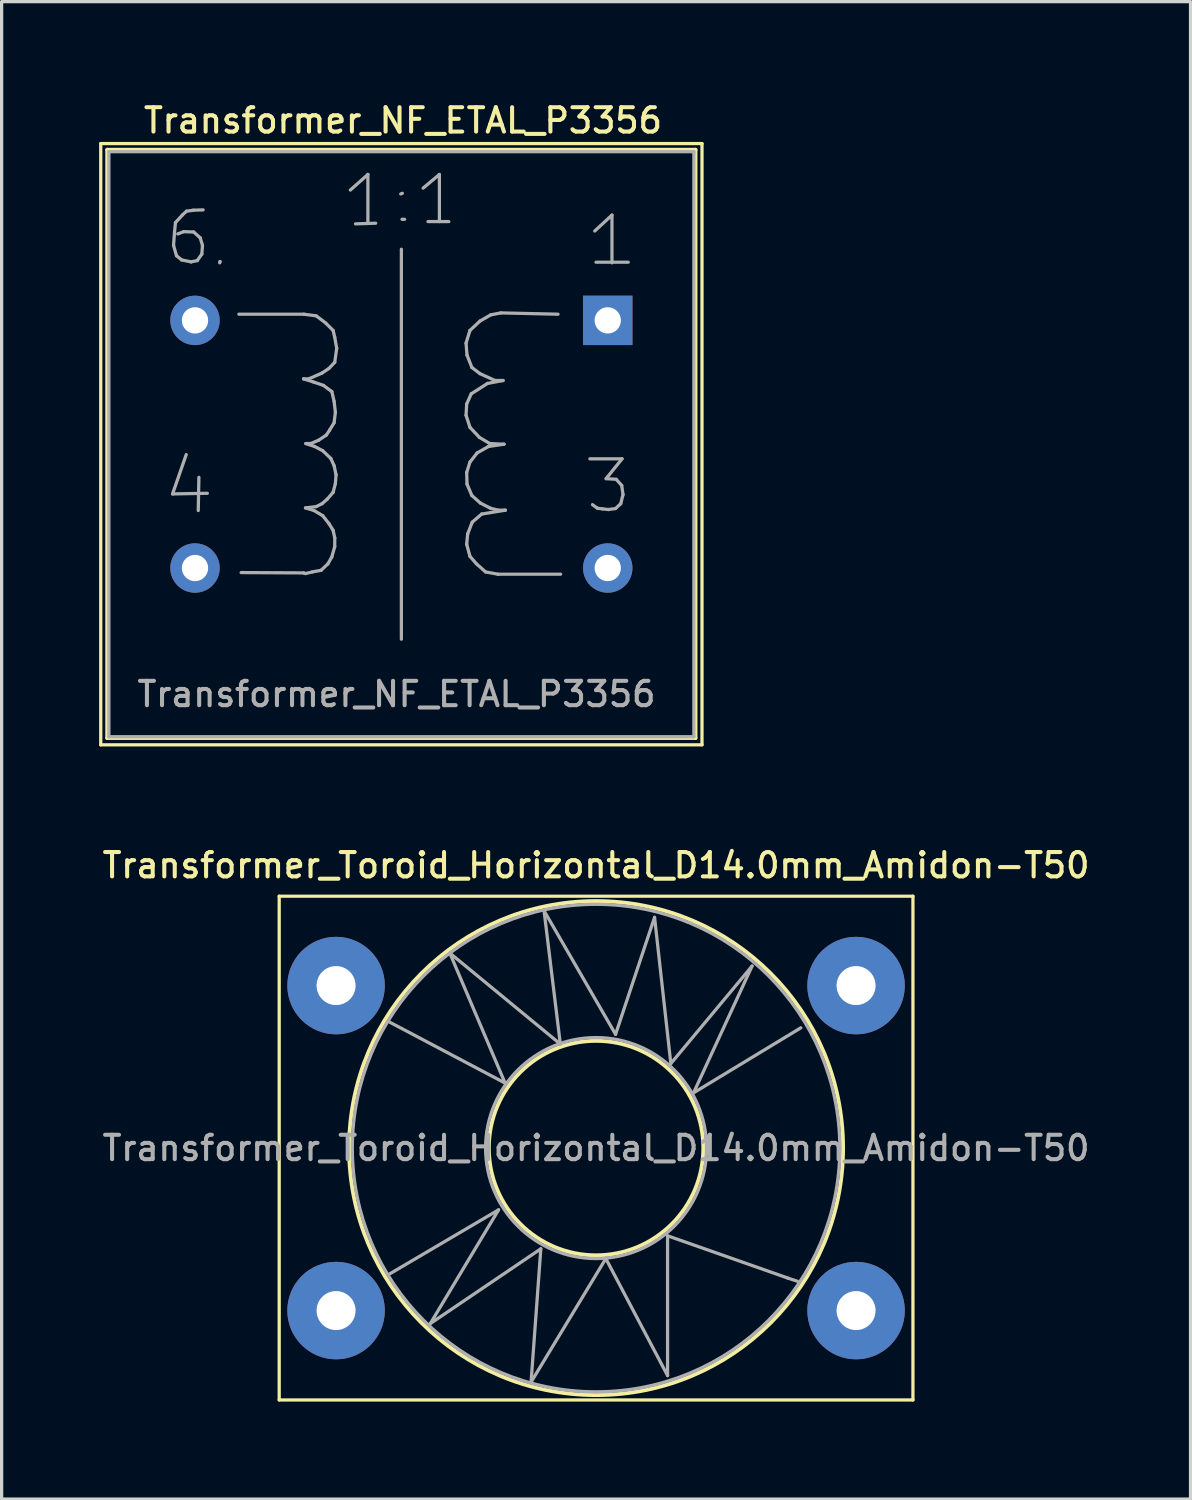
<source format=kicad_pcb>
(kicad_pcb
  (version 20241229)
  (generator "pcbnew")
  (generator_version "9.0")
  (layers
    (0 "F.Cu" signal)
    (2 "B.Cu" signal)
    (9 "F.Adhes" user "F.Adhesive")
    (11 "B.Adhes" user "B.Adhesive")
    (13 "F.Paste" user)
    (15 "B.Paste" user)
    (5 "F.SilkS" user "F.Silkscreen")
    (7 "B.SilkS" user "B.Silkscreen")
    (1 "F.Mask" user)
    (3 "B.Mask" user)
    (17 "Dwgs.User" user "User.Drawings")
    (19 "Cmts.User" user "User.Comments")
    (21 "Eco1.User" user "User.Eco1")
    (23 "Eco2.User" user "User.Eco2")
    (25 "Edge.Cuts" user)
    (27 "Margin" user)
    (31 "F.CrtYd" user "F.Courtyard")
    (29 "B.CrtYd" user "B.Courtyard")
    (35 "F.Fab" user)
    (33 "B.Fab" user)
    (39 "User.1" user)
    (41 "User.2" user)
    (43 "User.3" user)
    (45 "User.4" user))
  (footprint "Transformer_Toroid_Horizontal_D14.0mm_Amidon-T50"
    (layer "F.Cu")
    (at 7.291 37.276)
    (property "Reference" "Transformer_Toroid_Horizontal_D14.0mm_Amidon-T50" (at 8 -13.7 0) (layer "F.SilkS") (effects (font (size 0.75 0.75) (thickness 0.125))))
    (attr through_hole)
    (fp_line (start -1.75 -12.75) (end -1.75 2.75) (stroke (width 0.1) (type solid)) (layer "F.SilkS"))
    (fp_line (start -1.75 -12.75) (end 17.75 -12.75) (stroke (width 0.1) (type solid)) (layer "F.SilkS"))
    (fp_line (start 17.75 2.75) (end -1.75 2.75) (stroke (width 0.1) (type solid)) (layer "F.SilkS"))
    (fp_line (start 17.75 2.75) (end 17.75 -12.75) (stroke (width 0.1) (type solid)) (layer "F.SilkS"))
    (fp_circle (center 8 -5) (end 8 -12.6) (stroke (width 0.12) (type solid)) (fill no) (layer "F.SilkS"))
    (fp_circle (center 8 -5) (end 8 -8.3) (stroke (width 0.12) (type solid)) (fill no) (layer "F.SilkS"))
    (fp_line (start 1.6 -8.9) (end 5.2 -7) (stroke (width 0.1) (type solid)) (layer "F.Fab"))
    (fp_line (start 1.6 -1.1) (end 5 -3.1) (stroke (width 0.1) (type solid)) (layer "F.Fab"))
    (fp_line (start 2.9 0.4) (end 6.3 -1.9) (stroke (width 0.1) (type solid)) (layer "F.Fab"))
    (fp_line (start 3.5 -11) (end 6.9 -8.2) (stroke (width 0.1) (type solid)) (layer "F.Fab"))
    (fp_line (start 5 -3.1) (end 2.9 0.4) (stroke (width 0.1) (type solid)) (layer "F.Fab"))
    (fp_line (start 5.2 -7) (end 3.5 -11) (stroke (width 0.1) (type solid)) (layer "F.Fab"))
    (fp_line (start 6 2.2) (end 8.3 -1.6) (stroke (width 0.1) (type solid)) (layer "F.Fab"))
    (fp_line (start 6.3 -1.9) (end 6 2.2) (stroke (width 0.1) (type solid)) (layer "F.Fab"))
    (fp_line (start 6.4 -12.3) (end 8.6 -8.5) (stroke (width 0.1) (type solid)) (layer "F.Fab"))
    (fp_line (start 6.9 -8.2) (end 6.4 -12.3) (stroke (width 0.1) (type solid)) (layer "F.Fab"))
    (fp_line (start 8.3 -1.6) (end 10.2 2) (stroke (width 0.1) (type solid)) (layer "F.Fab"))
    (fp_line (start 8.6 -8.5) (end 9.8 -12.1) (stroke (width 0.1) (type solid)) (layer "F.Fab"))
    (fp_line (start 9.8 -12.1) (end 10.3 -7.6) (stroke (width 0.1) (type solid)) (layer "F.Fab"))
    (fp_line (start 10.2 -2.3) (end 13.9 -1) (stroke (width 0.1) (type solid)) (layer "F.Fab"))
    (fp_line (start 10.2 2) (end 10.2 -2.3) (stroke (width 0.1) (type solid)) (layer "F.Fab"))
    (fp_line (start 10.3 -7.6) (end 12.8 -10.6) (stroke (width 0.1) (type solid)) (layer "F.Fab"))
    (fp_line (start 11 -6.7) (end 14.3 -8.7) (stroke (width 0.1) (type solid)) (layer "F.Fab"))
    (fp_line (start 12.8 -10.6) (end 11 -6.7) (stroke (width 0.1) (type solid)) (layer "F.Fab"))
    (fp_line (start 13.9 -1) (end 14.2 -0.9) (stroke (width 0.1) (type solid)) (layer "F.Fab"))
    (fp_circle (center 8 -5) (end 11.4 -5) (stroke (width 0.1) (type solid)) (fill no) (layer "F.Fab"))
    (fp_circle (center 8 -5) (end 15.5 -5) (stroke (width 0.1) (type solid)) (fill no) (layer "F.Fab"))
    (fp_text user "${REFERENCE}" (at 8 -5 0) (layer "F.Fab") (effects (font (size 0.75 0.75) (thickness 0.125))))
    (pad "1" thru_hole circle (at 0 0) (size 3 3) (drill 1.2) (layers "*.Cu" "*.Mask"))
    (pad "2" thru_hole circle (at 16 0) (size 3 3) (drill 1.2) (layers "*.Cu" "*.Mask"))
    (pad "3" thru_hole circle (at 0 -10) (size 3 3) (drill 1.2) (layers "*.Cu" "*.Mask"))
    (pad "4" thru_hole circle (at 16 -10) (size 3 3) (drill 1.2) (layers "*.Cu" "*.Mask")))
  (footprint "Transformer_NF_ETAL_P3356"
    (layer "F.Cu")
    (at 15.65 6.808)
    (property "Reference" "Transformer_NF_ETAL_P3356" (at -6.3 -6.15 0) (layer "F.SilkS") (effects (font (size 0.75 0.75) (thickness 0.125))))
    (attr through_hole)
    (fp_line (start -15.6 -5.44) (end -15.6 13.06) (stroke (width 0.1) (type solid)) (layer "F.SilkS"))
    (fp_line (start -15.6 -5.44) (end 2.9 -5.44) (stroke (width 0.1) (type solid)) (layer "F.SilkS"))
    (fp_line (start -15.4 -5.25) (end 2.7 -5.25) (stroke (width 0.12) (type solid)) (layer "F.SilkS"))
    (fp_line (start -15.4 12.85) (end -15.4 -5.25) (stroke (width 0.12) (type solid)) (layer "F.SilkS"))
    (fp_line (start 2.7 -5.25) (end 2.7 12.85) (stroke (width 0.12) (type solid)) (layer "F.SilkS"))
    (fp_line (start 2.7 12.85) (end -15.4 12.85) (stroke (width 0.12) (type solid)) (layer "F.SilkS"))
    (fp_line (start 2.9 13.06) (end -15.6 13.06) (stroke (width 0.1) (type solid)) (layer "F.SilkS"))
    (fp_line (start 2.9 13.06) (end 2.9 -5.44) (stroke (width 0.1) (type solid)) (layer "F.SilkS"))
    (fp_line (start -15.35 -5.19) (end -15.35 12.81) (stroke (width 0.1) (type solid)) (layer "F.Fab"))
    (fp_line (start -15.35 12.81) (end 2.65 12.81) (stroke (width 0.1) (type solid)) (layer "F.Fab"))
    (fp_line (start -13.39 5.34) (end -12.32 5.32) (stroke (width 0.1) (type solid)) (layer "F.Fab"))
    (fp_line (start -13.36 -2.31) (end -13.27 -1.99) (stroke (width 0.1) (type solid)) (layer "F.Fab"))
    (fp_line (start -13.33 -2.72) (end -13.36 -2.31) (stroke (width 0.1) (type solid)) (layer "F.Fab"))
    (fp_line (start -13.3 -3.01) (end -13.33 -2.72) (stroke (width 0.1) (type solid)) (layer "F.Fab"))
    (fp_line (start -13.27 -1.99) (end -13.11 -1.86) (stroke (width 0.1) (type solid)) (layer "F.Fab"))
    (fp_line (start -13.11 -1.86) (end -12.82 -1.8) (stroke (width 0.1) (type solid)) (layer "F.Fab"))
    (fp_line (start -13.09 -3.24) (end -13.3 -3.01) (stroke (width 0.1) (type solid)) (layer "F.Fab"))
    (fp_line (start -13.05 -2.73) (end -13.23 -2.66) (stroke (width 0.1) (type solid)) (layer "F.Fab"))
    (fp_line (start -12.97 4.13) (end -13.39 5.34) (stroke (width 0.1) (type solid)) (layer "F.Fab"))
    (fp_line (start -12.96 -3.36) (end -13.09 -3.24) (stroke (width 0.1) (type solid)) (layer "F.Fab"))
    (fp_line (start -12.82 -1.8) (end -12.63 -1.84) (stroke (width 0.1) (type solid)) (layer "F.Fab"))
    (fp_line (start -12.75 -3.39) (end -12.96 -3.36) (stroke (width 0.1) (type solid)) (layer "F.Fab"))
    (fp_line (start -12.74 -2.72) (end -13.05 -2.73) (stroke (width 0.1) (type solid)) (layer "F.Fab"))
    (fp_line (start -12.63 -1.84) (end -12.49 -2.04) (stroke (width 0.1) (type solid)) (layer "F.Fab"))
    (fp_line (start -12.58 4.83) (end -12.6 5.85) (stroke (width 0.1) (type solid)) (layer "F.Fab"))
    (fp_line (start -12.54 -2.54) (end -12.74 -2.72) (stroke (width 0.1) (type solid)) (layer "F.Fab"))
    (fp_line (start -12.49 -2.04) (end -12.47 -2.31) (stroke (width 0.1) (type solid)) (layer "F.Fab"))
    (fp_line (start -12.47 -2.31) (end -12.54 -2.54) (stroke (width 0.1) (type solid)) (layer "F.Fab"))
    (fp_line (start -12.45 -3.4) (end -12.75 -3.39) (stroke (width 0.1) (type solid)) (layer "F.Fab"))
    (fp_line (start -11.94 -1.77) (end -11.93 -1.81) (stroke (width 0.1) (type solid)) (layer "F.Fab"))
    (fp_line (start -11.93 -1.81) (end -11.93 -1.8) (stroke (width 0.1) (type solid)) (layer "F.Fab"))
    (fp_line (start -11.35 -0.19) (end -9.35 -0.19) (stroke (width 0.1) (type solid)) (layer "F.Fab"))
    (fp_line (start -9.36 1.8) (end -9.07 1.89) (stroke (width 0.1) (type solid)) (layer "F.Fab"))
    (fp_line (start -9.36 7.77) (end -11.28 7.76) (stroke (width 0.1) (type solid)) (layer "F.Fab"))
    (fp_line (start -9.35 -0.19) (end -8.97 -0.14) (stroke (width 0.1) (type solid)) (layer "F.Fab"))
    (fp_line (start -9.3 5.77) (end -9.04 5.85) (stroke (width 0.1) (type solid)) (layer "F.Fab"))
    (fp_line (start -9.3 7.79) (end -9.36 7.77) (stroke (width 0.1) (type solid)) (layer "F.Fab"))
    (fp_line (start -9.29 3.79) (end -9.02 3.88) (stroke (width 0.1) (type solid)) (layer "F.Fab"))
    (fp_line (start -9.2 1.8) (end -9.36 1.8) (stroke (width 0.1) (type solid)) (layer "F.Fab"))
    (fp_line (start -9.14 3.79) (end -9.29 3.79) (stroke (width 0.1) (type solid)) (layer "F.Fab"))
    (fp_line (start -9.09 7.74) (end -9.3 7.79) (stroke (width 0.1) (type solid)) (layer "F.Fab"))
    (fp_line (start -9.07 1.89) (end -8.75 2) (stroke (width 0.1) (type solid)) (layer "F.Fab"))
    (fp_line (start -9.04 5.85) (end -8.77 6.01) (stroke (width 0.1) (type solid)) (layer "F.Fab"))
    (fp_line (start -9.02 3.88) (end -8.77 4.01) (stroke (width 0.1) (type solid)) (layer "F.Fab"))
    (fp_line (start -8.97 -0.14) (end -8.68 0.08) (stroke (width 0.1) (type solid)) (layer "F.Fab"))
    (fp_line (start -8.97 5.73) (end -9.3 5.77) (stroke (width 0.1) (type solid)) (layer "F.Fab"))
    (fp_line (start -8.9 3.69) (end -9.14 3.79) (stroke (width 0.1) (type solid)) (layer "F.Fab"))
    (fp_line (start -8.82 7.69) (end -9.09 7.74) (stroke (width 0.1) (type solid)) (layer "F.Fab"))
    (fp_line (start -8.79 1.62) (end -9.2 1.8) (stroke (width 0.1) (type solid)) (layer "F.Fab"))
    (fp_line (start -8.79 5.64) (end -8.97 5.73) (stroke (width 0.1) (type solid)) (layer "F.Fab"))
    (fp_line (start -8.77 4.01) (end -8.52 4.25) (stroke (width 0.1) (type solid)) (layer "F.Fab"))
    (fp_line (start -8.77 6.01) (end -8.58 6.25) (stroke (width 0.1) (type solid)) (layer "F.Fab"))
    (fp_line (start -8.75 2) (end -8.49 2.19) (stroke (width 0.1) (type solid)) (layer "F.Fab"))
    (fp_line (start -8.68 0.08) (end -8.45 0.31) (stroke (width 0.1) (type solid)) (layer "F.Fab"))
    (fp_line (start -8.66 3.53) (end -8.9 3.69) (stroke (width 0.1) (type solid)) (layer "F.Fab"))
    (fp_line (start -8.63 5.5) (end -8.79 5.64) (stroke (width 0.1) (type solid)) (layer "F.Fab"))
    (fp_line (start -8.61 7.49) (end -8.82 7.69) (stroke (width 0.1) (type solid)) (layer "F.Fab"))
    (fp_line (start -8.58 1.48) (end -8.79 1.62) (stroke (width 0.1) (type solid)) (layer "F.Fab"))
    (fp_line (start -8.58 6.25) (end -8.45 6.46) (stroke (width 0.1) (type solid)) (layer "F.Fab"))
    (fp_line (start -8.56 3.38) (end -8.66 3.53) (stroke (width 0.1) (type solid)) (layer "F.Fab"))
    (fp_line (start -8.52 4.25) (end -8.42 4.47) (stroke (width 0.1) (type solid)) (layer "F.Fab"))
    (fp_line (start -8.49 2.19) (end -8.42 2.49) (stroke (width 0.1) (type solid)) (layer "F.Fab"))
    (fp_line (start -8.49 7.28) (end -8.61 7.49) (stroke (width 0.1) (type solid)) (layer "F.Fab"))
    (fp_line (start -8.45 0.31) (end -8.4 0.52) (stroke (width 0.1) (type solid)) (layer "F.Fab"))
    (fp_line (start -8.45 5.29) (end -8.63 5.5) (stroke (width 0.1) (type solid)) (layer "F.Fab"))
    (fp_line (start -8.45 6.46) (end -8.4 6.69) (stroke (width 0.1) (type solid)) (layer "F.Fab"))
    (fp_line (start -8.42 2.49) (end -8.38 2.83) (stroke (width 0.1) (type solid)) (layer "F.Fab"))
    (fp_line (start -8.42 3.15) (end -8.56 3.38) (stroke (width 0.1) (type solid)) (layer "F.Fab"))
    (fp_line (start -8.42 4.47) (end -8.36 4.75) (stroke (width 0.1) (type solid)) (layer "F.Fab"))
    (fp_line (start -8.4 0.52) (end -8.34 0.86) (stroke (width 0.1) (type solid)) (layer "F.Fab"))
    (fp_line (start -8.4 1.29) (end -8.58 1.48) (stroke (width 0.1) (type solid)) (layer "F.Fab"))
    (fp_line (start -8.4 6.69) (end -8.4 6.96) (stroke (width 0.1) (type solid)) (layer "F.Fab"))
    (fp_line (start -8.4 6.96) (end -8.49 7.28) (stroke (width 0.1) (type solid)) (layer "F.Fab"))
    (fp_line (start -8.38 2.83) (end -8.42 3.15) (stroke (width 0.1) (type solid)) (layer "F.Fab"))
    (fp_line (start -8.38 5.02) (end -8.45 5.29) (stroke (width 0.1) (type solid)) (layer "F.Fab"))
    (fp_line (start -8.36 4.75) (end -8.38 5.02) (stroke (width 0.1) (type solid)) (layer "F.Fab"))
    (fp_line (start -8.34 0.86) (end -8.4 1.29) (stroke (width 0.1) (type solid)) (layer "F.Fab"))
    (fp_line (start -7.92 -4.01) (end -7.38 -4.49) (stroke (width 0.1) (type solid)) (layer "F.Fab"))
    (fp_line (start -7.76 -2.97) (end -7.14 -2.99) (stroke (width 0.1) (type solid)) (layer "F.Fab"))
    (fp_line (start -7.38 -4.49) (end -7.38 -2.98) (stroke (width 0.1) (type solid)) (layer "F.Fab"))
    (fp_line (start -6.35 -2.19) (end -6.35 9.81) (stroke (width 0.1) (type solid)) (layer "F.Fab"))
    (fp_line (start -6.32 -3.91) (end -6.37 -3.89) (stroke (width 0.1) (type solid)) (layer "F.Fab"))
    (fp_line (start -6.25 -3.11) (end -6.33 -3.11) (stroke (width 0.1) (type solid)) (layer "F.Fab"))
    (fp_line (start -5.68 -4.07) (end -5.18 -4.49) (stroke (width 0.1) (type solid)) (layer "F.Fab"))
    (fp_line (start -5.53 -3.04) (end -4.89 -3.04) (stroke (width 0.1) (type solid)) (layer "F.Fab"))
    (fp_line (start -5.18 -4.49) (end -5.18 -3.04) (stroke (width 0.1) (type solid)) (layer "F.Fab"))
    (fp_line (start -4.36 0.7) (end -4.33 1.07) (stroke (width 0.1) (type solid)) (layer "F.Fab"))
    (fp_line (start -4.36 2.92) (end -4.24 3.29) (stroke (width 0.1) (type solid)) (layer "F.Fab"))
    (fp_line (start -4.34 2.57) (end -4.36 2.92) (stroke (width 0.1) (type solid)) (layer "F.Fab"))
    (fp_line (start -4.34 4.68) (end -4.33 5.04) (stroke (width 0.1) (type solid)) (layer "F.Fab"))
    (fp_line (start -4.34 6.89) (end -4.24 7.26) (stroke (width 0.1) (type solid)) (layer "F.Fab"))
    (fp_line (start -4.33 1.07) (end -4.18 1.45) (stroke (width 0.1) (type solid)) (layer "F.Fab"))
    (fp_line (start -4.33 5.04) (end -4.18 5.39) (stroke (width 0.1) (type solid)) (layer "F.Fab"))
    (fp_line (start -4.31 6.57) (end -4.34 6.89) (stroke (width 0.1) (type solid)) (layer "F.Fab"))
    (fp_line (start -4.24 0.31) (end -4.36 0.7) (stroke (width 0.1) (type solid)) (layer "F.Fab"))
    (fp_line (start -4.24 3.29) (end -3.95 3.6) (stroke (width 0.1) (type solid)) (layer "F.Fab"))
    (fp_line (start -4.24 4.36) (end -4.34 4.68) (stroke (width 0.1) (type solid)) (layer "F.Fab"))
    (fp_line (start -4.24 7.26) (end -4.04 7.49) (stroke (width 0.1) (type solid)) (layer "F.Fab"))
    (fp_line (start -4.2 2.26) (end -4.34 2.57) (stroke (width 0.1) (type solid)) (layer "F.Fab"))
    (fp_line (start -4.18 1.45) (end -3.93 1.64) (stroke (width 0.1) (type solid)) (layer "F.Fab"))
    (fp_line (start -4.18 5.39) (end -3.92 5.62) (stroke (width 0.1) (type solid)) (layer "F.Fab"))
    (fp_line (start -4.17 6.21) (end -4.31 6.57) (stroke (width 0.1) (type solid)) (layer "F.Fab"))
    (fp_line (start -4.04 7.49) (end -3.76 7.74) (stroke (width 0.1) (type solid)) (layer "F.Fab"))
    (fp_line (start -4.02 4.08) (end -4.24 4.36) (stroke (width 0.1) (type solid)) (layer "F.Fab"))
    (fp_line (start -3.95 3.6) (end -3.63 3.79) (stroke (width 0.1) (type solid)) (layer "F.Fab"))
    (fp_line (start -3.93 0.02) (end -4.24 0.31) (stroke (width 0.1) (type solid)) (layer "F.Fab"))
    (fp_line (start -3.93 1.64) (end -3.47 1.85) (stroke (width 0.1) (type solid)) (layer "F.Fab"))
    (fp_line (start -3.92 5.62) (end -3.61 5.78) (stroke (width 0.1) (type solid)) (layer "F.Fab"))
    (fp_line (start -3.88 5.96) (end -4.17 6.21) (stroke (width 0.1) (type solid)) (layer "F.Fab"))
    (fp_line (start -3.76 7.74) (end -3.38 7.81) (stroke (width 0.1) (type solid)) (layer "F.Fab"))
    (fp_line (start -3.7 1.94) (end -4.2 2.26) (stroke (width 0.1) (type solid)) (layer "F.Fab"))
    (fp_line (start -3.67 3.88) (end -4.02 4.08) (stroke (width 0.1) (type solid)) (layer "F.Fab"))
    (fp_line (start -3.63 3.79) (end -3.19 3.81) (stroke (width 0.1) (type solid)) (layer "F.Fab"))
    (fp_line (start -3.61 5.78) (end -3.37 5.84) (stroke (width 0.1) (type solid)) (layer "F.Fab"))
    (fp_line (start -3.6 -0.17) (end -3.93 0.02) (stroke (width 0.1) (type solid)) (layer "F.Fab"))
    (fp_line (start -3.47 1.85) (end -3.22 1.85) (stroke (width 0.1) (type solid)) (layer "F.Fab"))
    (fp_line (start -3.38 7.81) (end -1.45 7.81) (stroke (width 0.1) (type solid)) (layer "F.Fab"))
    (fp_line (start -3.37 5.84) (end -3.15 5.84) (stroke (width 0.1) (type solid)) (layer "F.Fab"))
    (fp_line (start -3.29 -0.23) (end -3.6 -0.17) (stroke (width 0.1) (type solid)) (layer "F.Fab"))
    (fp_line (start -3.22 1.85) (end -3.7 1.94) (stroke (width 0.1) (type solid)) (layer "F.Fab"))
    (fp_line (start -3.19 3.81) (end -3.67 3.88) (stroke (width 0.1) (type solid)) (layer "F.Fab"))
    (fp_line (start -3.15 5.84) (end -3.88 5.96) (stroke (width 0.1) (type solid)) (layer "F.Fab"))
    (fp_line (start -1.53 -0.19) (end -3.29 -0.23) (stroke (width 0.1) (type solid)) (layer "F.Fab"))
    (fp_line (start -0.55 4.26) (end 0.44 4.26) (stroke (width 0.1) (type solid)) (layer "F.Fab"))
    (fp_line (start -0.4 -2.75) (end 0.13 -3.24) (stroke (width 0.1) (type solid)) (layer "F.Fab"))
    (fp_line (start -0.36 -1.79) (end 0.63 -1.79) (stroke (width 0.1) (type solid)) (layer "F.Fab"))
    (fp_line (start -0.32 5.78) (end -0.47 5.67) (stroke (width 0.1) (type solid)) (layer "F.Fab"))
    (fp_line (start -0.16 5.8) (end -0.32 5.78) (stroke (width 0.1) (type solid)) (layer "F.Fab"))
    (fp_line (start -0.05 4.87) (end 0.26 4.89) (stroke (width 0.1) (type solid)) (layer "F.Fab"))
    (fp_line (start 0.02 5.82) (end -0.16 5.8) (stroke (width 0.1) (type solid)) (layer "F.Fab"))
    (fp_line (start 0.13 -3.24) (end 0.13 -1.77) (stroke (width 0.1) (type solid)) (layer "F.Fab"))
    (fp_line (start 0.24 5.79) (end 0.02 5.82) (stroke (width 0.1) (type solid)) (layer "F.Fab"))
    (fp_line (start 0.26 4.89) (end 0.43 5.08) (stroke (width 0.1) (type solid)) (layer "F.Fab"))
    (fp_line (start 0.4 5.64) (end 0.24 5.79) (stroke (width 0.1) (type solid)) (layer "F.Fab"))
    (fp_line (start 0.43 5.08) (end 0.47 5.36) (stroke (width 0.1) (type solid)) (layer "F.Fab"))
    (fp_line (start 0.44 4.26) (end -0.05 4.87) (stroke (width 0.1) (type solid)) (layer "F.Fab"))
    (fp_line (start 0.47 5.36) (end 0.4 5.64) (stroke (width 0.1) (type solid)) (layer "F.Fab"))
    (fp_line (start 2.65 -5.19) (end -15.35 -5.19) (stroke (width 0.1) (type solid)) (layer "F.Fab"))
    (fp_line (start 2.65 12.81) (end 2.65 -5.19) (stroke (width 0.1) (type solid)) (layer "F.Fab"))
    (fp_text user "${REFERENCE}" (at -6.5 11.5 0) (layer "F.Fab") (effects (font (size 0.75 0.75) (thickness 0.125))))
    (pad "1" thru_hole rect (at 0 0) (size 1.52 1.52) (drill 0.81) (layers "*.Cu" "*.Mask"))
    (pad "3" thru_hole circle (at 0 7.62) (size 1.52 1.52) (drill 0.81) (layers "*.Cu" "*.Mask"))
    (pad "4" thru_hole circle (at -12.7 7.62) (size 1.52 1.52) (drill 0.81) (layers "*.Cu" "*.Mask"))
    (pad "6" thru_hole circle (at -12.7 0) (size 1.52 1.52) (drill 0.81) (layers "*.Cu" "*.Mask")))
  (gr_rect
    (start -3 -3)
    (end 33.582 43.076)
    (stroke (width 0.1) (type default))
    (fill no)
    (layer "Edge.Cuts")))
</source>
